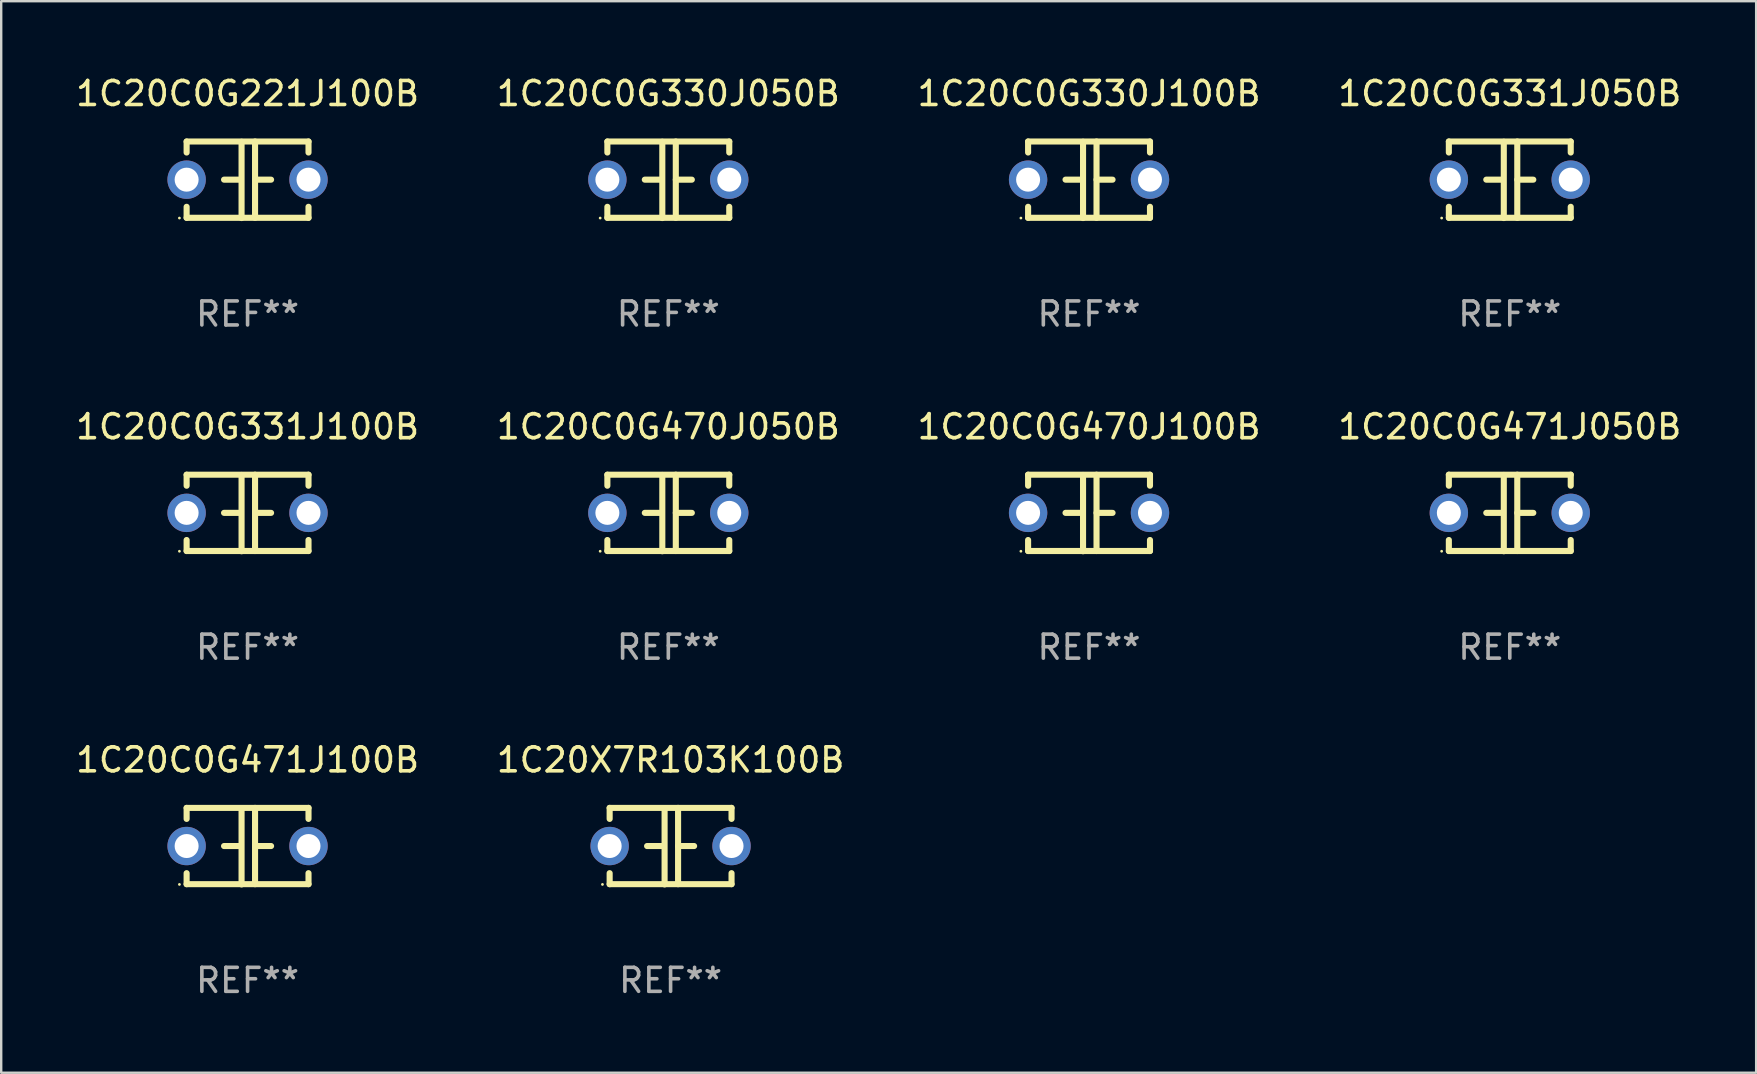
<source format=kicad_pcb>
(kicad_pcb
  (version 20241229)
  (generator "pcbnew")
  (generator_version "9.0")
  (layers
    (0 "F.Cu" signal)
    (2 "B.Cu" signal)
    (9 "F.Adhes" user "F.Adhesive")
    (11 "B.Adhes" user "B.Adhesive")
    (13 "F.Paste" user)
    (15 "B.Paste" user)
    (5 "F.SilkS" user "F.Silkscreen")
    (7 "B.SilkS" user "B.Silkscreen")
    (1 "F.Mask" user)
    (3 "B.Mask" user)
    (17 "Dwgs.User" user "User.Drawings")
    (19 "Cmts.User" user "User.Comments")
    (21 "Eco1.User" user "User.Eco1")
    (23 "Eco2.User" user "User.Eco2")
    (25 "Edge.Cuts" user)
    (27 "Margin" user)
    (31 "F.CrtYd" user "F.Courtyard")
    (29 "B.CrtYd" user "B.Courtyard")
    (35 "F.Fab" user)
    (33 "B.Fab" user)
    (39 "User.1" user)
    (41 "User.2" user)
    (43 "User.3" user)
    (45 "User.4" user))
  (footprint "1C20C0G221J100B"
    (layer "F.Cu")
    (at 7.268 4.443)
    (property "Reference" "1C20C0G221J100B" (at 0 -3.595 0) (layer "F.SilkS") (effects (font (size 1 1) (thickness 0.15))))
    (attr through_hole)
    (fp_line (start -2.54 -1.595) (end -2.54 -1.136) (stroke (width 0.254) (type solid)) (layer "F.SilkS"))
    (fp_line (start -2.54 -1.595) (end 2.54 -1.595) (stroke (width 0.254) (type solid)) (layer "F.SilkS"))
    (fp_line (start -2.54 1.126) (end -2.54 1.585) (stroke (width 0.254) (type solid)) (layer "F.SilkS"))
    (fp_line (start -0.312 -0.005) (end -0.98 -0.005) (stroke (width 0.254) (type solid)) (layer "F.SilkS"))
    (fp_line (start -0.25 -1.585) (end -0.25 1.595) (stroke (width 0.254) (type solid)) (layer "F.SilkS"))
    (fp_line (start 0.312 -1.595) (end 0.312 1.585) (stroke (width 0.254) (type solid)) (layer "F.SilkS"))
    (fp_line (start 0.312 -0.005) (end 0.98 -0.005) (stroke (width 0.254) (type solid)) (layer "F.SilkS"))
    (fp_line (start 2.54 -1.595) (end 2.54 -1.136) (stroke (width 0.254) (type solid)) (layer "F.SilkS"))
    (fp_line (start 2.54 1.126) (end 2.54 1.585) (stroke (width 0.254) (type solid)) (layer "F.SilkS"))
    (fp_line (start 2.54 1.585) (end -2.54 1.585) (stroke (width 0.254) (type solid)) (layer "F.SilkS"))
    (fp_circle (center -2.84 1.595) (end -2.81 1.595) (stroke (width 0.06) (type solid)) (fill no) (layer "F.SilkS"))
    (fp_text user "REF**" (at 0 5.595 0) (layer "F.Fab") (effects (font (size 1 1) (thickness 0.15))))
    (pad "1" thru_hole circle (at -2.54 -0.005) (size 1.6 1.6) (drill 1) (layers "*.Cu" "*.Mask"))
    (pad "2" thru_hole circle (at 2.54 -0.005) (size 1.6 1.6) (drill 1) (layers "*.Cu" "*.Mask")))
  (footprint "1C20C0G471J100B"
    (layer "F.Cu")
    (at 7.268 32.216)
    (property "Reference" "1C20C0G471J100B" (at 0 -3.595 0) (layer "F.SilkS") (effects (font (size 1 1) (thickness 0.15))))
    (attr through_hole)
    (fp_line (start -2.54 -1.595) (end -2.54 -1.136) (stroke (width 0.254) (type solid)) (layer "F.SilkS"))
    (fp_line (start -2.54 -1.595) (end 2.54 -1.595) (stroke (width 0.254) (type solid)) (layer "F.SilkS"))
    (fp_line (start -2.54 1.126) (end -2.54 1.585) (stroke (width 0.254) (type solid)) (layer "F.SilkS"))
    (fp_line (start -0.312 -0.005) (end -0.98 -0.005) (stroke (width 0.254) (type solid)) (layer "F.SilkS"))
    (fp_line (start -0.25 -1.585) (end -0.25 1.595) (stroke (width 0.254) (type solid)) (layer "F.SilkS"))
    (fp_line (start 0.312 -1.595) (end 0.312 1.585) (stroke (width 0.254) (type solid)) (layer "F.SilkS"))
    (fp_line (start 0.312 -0.005) (end 0.98 -0.005) (stroke (width 0.254) (type solid)) (layer "F.SilkS"))
    (fp_line (start 2.54 -1.595) (end 2.54 -1.136) (stroke (width 0.254) (type solid)) (layer "F.SilkS"))
    (fp_line (start 2.54 1.126) (end 2.54 1.585) (stroke (width 0.254) (type solid)) (layer "F.SilkS"))
    (fp_line (start 2.54 1.585) (end -2.54 1.585) (stroke (width 0.254) (type solid)) (layer "F.SilkS"))
    (fp_circle (center -2.84 1.595) (end -2.81 1.595) (stroke (width 0.06) (type solid)) (fill no) (layer "F.SilkS"))
    (fp_text user "REF**" (at 0 5.595 0) (layer "F.Fab") (effects (font (size 1 1) (thickness 0.15))))
    (pad "1" thru_hole circle (at -2.54 -0.005) (size 1.6 1.6) (drill 1) (layers "*.Cu" "*.Mask"))
    (pad "2" thru_hole circle (at 2.54 -0.005) (size 1.6 1.6) (drill 1) (layers "*.Cu" "*.Mask")))
  (footprint "1C20C0G470J100B"
    (layer "F.Cu")
    (at 42.339 18.33)
    (property "Reference" "1C20C0G470J100B" (at 0 -3.595 0) (layer "F.SilkS") (effects (font (size 1 1) (thickness 0.15))))
    (attr through_hole)
    (fp_line (start -2.54 -1.595) (end -2.54 -1.136) (stroke (width 0.254) (type solid)) (layer "F.SilkS"))
    (fp_line (start -2.54 -1.595) (end 2.54 -1.595) (stroke (width 0.254) (type solid)) (layer "F.SilkS"))
    (fp_line (start -2.54 1.126) (end -2.54 1.585) (stroke (width 0.254) (type solid)) (layer "F.SilkS"))
    (fp_line (start -0.312 -0.005) (end -0.98 -0.005) (stroke (width 0.254) (type solid)) (layer "F.SilkS"))
    (fp_line (start -0.25 -1.585) (end -0.25 1.595) (stroke (width 0.254) (type solid)) (layer "F.SilkS"))
    (fp_line (start 0.312 -1.595) (end 0.312 1.585) (stroke (width 0.254) (type solid)) (layer "F.SilkS"))
    (fp_line (start 0.312 -0.005) (end 0.98 -0.005) (stroke (width 0.254) (type solid)) (layer "F.SilkS"))
    (fp_line (start 2.54 -1.595) (end 2.54 -1.136) (stroke (width 0.254) (type solid)) (layer "F.SilkS"))
    (fp_line (start 2.54 1.126) (end 2.54 1.585) (stroke (width 0.254) (type solid)) (layer "F.SilkS"))
    (fp_line (start 2.54 1.585) (end -2.54 1.585) (stroke (width 0.254) (type solid)) (layer "F.SilkS"))
    (fp_circle (center -2.84 1.595) (end -2.81 1.595) (stroke (width 0.06) (type solid)) (fill no) (layer "F.SilkS"))
    (fp_text user "REF**" (at 0 5.595 0) (layer "F.Fab") (effects (font (size 1 1) (thickness 0.15))))
    (pad "1" thru_hole circle (at -2.54 -0.005) (size 1.6 1.6) (drill 1) (layers "*.Cu" "*.Mask"))
    (pad "2" thru_hole circle (at 2.54 -0.005) (size 1.6 1.6) (drill 1) (layers "*.Cu" "*.Mask")))
  (footprint "1C20C0G330J050B"
    (layer "F.Cu")
    (at 24.804 4.443)
    (property "Reference" "1C20C0G330J050B" (at 0 -3.595 0) (layer "F.SilkS") (effects (font (size 1 1) (thickness 0.15))))
    (attr through_hole)
    (fp_line (start -2.54 -1.595) (end -2.54 -1.136) (stroke (width 0.254) (type solid)) (layer "F.SilkS"))
    (fp_line (start -2.54 -1.595) (end 2.54 -1.595) (stroke (width 0.254) (type solid)) (layer "F.SilkS"))
    (fp_line (start -2.54 1.126) (end -2.54 1.585) (stroke (width 0.254) (type solid)) (layer "F.SilkS"))
    (fp_line (start -0.312 -0.005) (end -0.98 -0.005) (stroke (width 0.254) (type solid)) (layer "F.SilkS"))
    (fp_line (start -0.25 -1.585) (end -0.25 1.595) (stroke (width 0.254) (type solid)) (layer "F.SilkS"))
    (fp_line (start 0.312 -1.595) (end 0.312 1.585) (stroke (width 0.254) (type solid)) (layer "F.SilkS"))
    (fp_line (start 0.312 -0.005) (end 0.98 -0.005) (stroke (width 0.254) (type solid)) (layer "F.SilkS"))
    (fp_line (start 2.54 -1.595) (end 2.54 -1.136) (stroke (width 0.254) (type solid)) (layer "F.SilkS"))
    (fp_line (start 2.54 1.126) (end 2.54 1.585) (stroke (width 0.254) (type solid)) (layer "F.SilkS"))
    (fp_line (start 2.54 1.585) (end -2.54 1.585) (stroke (width 0.254) (type solid)) (layer "F.SilkS"))
    (fp_circle (center -2.84 1.595) (end -2.81 1.595) (stroke (width 0.06) (type solid)) (fill no) (layer "F.SilkS"))
    (fp_text user "REF**" (at 0 5.595 0) (layer "F.Fab") (effects (font (size 1 1) (thickness 0.15))))
    (pad "1" thru_hole circle (at -2.54 -0.005) (size 1.6 1.6) (drill 1) (layers "*.Cu" "*.Mask"))
    (pad "2" thru_hole circle (at 2.54 -0.005) (size 1.6 1.6) (drill 1) (layers "*.Cu" "*.Mask")))
  (footprint "1C20C0G331J050B"
    (layer "F.Cu")
    (at 59.875 4.443)
    (property "Reference" "1C20C0G331J050B" (at 0 -3.595 0) (layer "F.SilkS") (effects (font (size 1 1) (thickness 0.15))))
    (attr through_hole)
    (fp_line (start -2.54 -1.595) (end -2.54 -1.136) (stroke (width 0.254) (type solid)) (layer "F.SilkS"))
    (fp_line (start -2.54 -1.595) (end 2.54 -1.595) (stroke (width 0.254) (type solid)) (layer "F.SilkS"))
    (fp_line (start -2.54 1.126) (end -2.54 1.585) (stroke (width 0.254) (type solid)) (layer "F.SilkS"))
    (fp_line (start -0.312 -0.005) (end -0.98 -0.005) (stroke (width 0.254) (type solid)) (layer "F.SilkS"))
    (fp_line (start -0.25 -1.585) (end -0.25 1.595) (stroke (width 0.254) (type solid)) (layer "F.SilkS"))
    (fp_line (start 0.312 -1.595) (end 0.312 1.585) (stroke (width 0.254) (type solid)) (layer "F.SilkS"))
    (fp_line (start 0.312 -0.005) (end 0.98 -0.005) (stroke (width 0.254) (type solid)) (layer "F.SilkS"))
    (fp_line (start 2.54 -1.595) (end 2.54 -1.136) (stroke (width 0.254) (type solid)) (layer "F.SilkS"))
    (fp_line (start 2.54 1.126) (end 2.54 1.585) (stroke (width 0.254) (type solid)) (layer "F.SilkS"))
    (fp_line (start 2.54 1.585) (end -2.54 1.585) (stroke (width 0.254) (type solid)) (layer "F.SilkS"))
    (fp_circle (center -2.84 1.595) (end -2.81 1.595) (stroke (width 0.06) (type solid)) (fill no) (layer "F.SilkS"))
    (fp_text user "REF**" (at 0 5.595 0) (layer "F.Fab") (effects (font (size 1 1) (thickness 0.15))))
    (pad "1" thru_hole circle (at -2.54 -0.005) (size 1.6 1.6) (drill 1) (layers "*.Cu" "*.Mask"))
    (pad "2" thru_hole circle (at 2.54 -0.005) (size 1.6 1.6) (drill 1) (layers "*.Cu" "*.Mask")))
  (footprint "1C20C0G471J050B"
    (layer "F.Cu")
    (at 59.875 18.33)
    (property "Reference" "1C20C0G471J050B" (at 0 -3.595 0) (layer "F.SilkS") (effects (font (size 1 1) (thickness 0.15))))
    (attr through_hole)
    (fp_line (start -2.54 -1.595) (end -2.54 -1.136) (stroke (width 0.254) (type solid)) (layer "F.SilkS"))
    (fp_line (start -2.54 -1.595) (end 2.54 -1.595) (stroke (width 0.254) (type solid)) (layer "F.SilkS"))
    (fp_line (start -2.54 1.126) (end -2.54 1.585) (stroke (width 0.254) (type solid)) (layer "F.SilkS"))
    (fp_line (start -0.312 -0.005) (end -0.98 -0.005) (stroke (width 0.254) (type solid)) (layer "F.SilkS"))
    (fp_line (start -0.25 -1.585) (end -0.25 1.595) (stroke (width 0.254) (type solid)) (layer "F.SilkS"))
    (fp_line (start 0.312 -1.595) (end 0.312 1.585) (stroke (width 0.254) (type solid)) (layer "F.SilkS"))
    (fp_line (start 0.312 -0.005) (end 0.98 -0.005) (stroke (width 0.254) (type solid)) (layer "F.SilkS"))
    (fp_line (start 2.54 -1.595) (end 2.54 -1.136) (stroke (width 0.254) (type solid)) (layer "F.SilkS"))
    (fp_line (start 2.54 1.126) (end 2.54 1.585) (stroke (width 0.254) (type solid)) (layer "F.SilkS"))
    (fp_line (start 2.54 1.585) (end -2.54 1.585) (stroke (width 0.254) (type solid)) (layer "F.SilkS"))
    (fp_circle (center -2.84 1.595) (end -2.81 1.595) (stroke (width 0.06) (type solid)) (fill no) (layer "F.SilkS"))
    (fp_text user "REF**" (at 0 5.595 0) (layer "F.Fab") (effects (font (size 1 1) (thickness 0.15))))
    (pad "1" thru_hole circle (at -2.54 -0.005) (size 1.6 1.6) (drill 1) (layers "*.Cu" "*.Mask"))
    (pad "2" thru_hole circle (at 2.54 -0.005) (size 1.6 1.6) (drill 1) (layers "*.Cu" "*.Mask")))
  (footprint "1C20C0G470J050B"
    (layer "F.Cu")
    (at 24.804 18.33)
    (property "Reference" "1C20C0G470J050B" (at 0 -3.595 0) (layer "F.SilkS") (effects (font (size 1 1) (thickness 0.15))))
    (attr through_hole)
    (fp_line (start -2.54 -1.595) (end -2.54 -1.136) (stroke (width 0.254) (type solid)) (layer "F.SilkS"))
    (fp_line (start -2.54 -1.595) (end 2.54 -1.595) (stroke (width 0.254) (type solid)) (layer "F.SilkS"))
    (fp_line (start -2.54 1.126) (end -2.54 1.585) (stroke (width 0.254) (type solid)) (layer "F.SilkS"))
    (fp_line (start -0.312 -0.005) (end -0.98 -0.005) (stroke (width 0.254) (type solid)) (layer "F.SilkS"))
    (fp_line (start -0.25 -1.585) (end -0.25 1.595) (stroke (width 0.254) (type solid)) (layer "F.SilkS"))
    (fp_line (start 0.312 -1.595) (end 0.312 1.585) (stroke (width 0.254) (type solid)) (layer "F.SilkS"))
    (fp_line (start 0.312 -0.005) (end 0.98 -0.005) (stroke (width 0.254) (type solid)) (layer "F.SilkS"))
    (fp_line (start 2.54 -1.595) (end 2.54 -1.136) (stroke (width 0.254) (type solid)) (layer "F.SilkS"))
    (fp_line (start 2.54 1.126) (end 2.54 1.585) (stroke (width 0.254) (type solid)) (layer "F.SilkS"))
    (fp_line (start 2.54 1.585) (end -2.54 1.585) (stroke (width 0.254) (type solid)) (layer "F.SilkS"))
    (fp_circle (center -2.84 1.595) (end -2.81 1.595) (stroke (width 0.06) (type solid)) (fill no) (layer "F.SilkS"))
    (fp_text user "REF**" (at 0 5.595 0) (layer "F.Fab") (effects (font (size 1 1) (thickness 0.15))))
    (pad "1" thru_hole circle (at -2.54 -0.005) (size 1.6 1.6) (drill 1) (layers "*.Cu" "*.Mask"))
    (pad "2" thru_hole circle (at 2.54 -0.005) (size 1.6 1.6) (drill 1) (layers "*.Cu" "*.Mask")))
  (footprint "1C20C0G331J100B"
    (layer "F.Cu")
    (at 7.268 18.33)
    (property "Reference" "1C20C0G331J100B" (at 0 -3.595 0) (layer "F.SilkS") (effects (font (size 1 1) (thickness 0.15))))
    (attr through_hole)
    (fp_line (start -2.54 -1.595) (end -2.54 -1.136) (stroke (width 0.254) (type solid)) (layer "F.SilkS"))
    (fp_line (start -2.54 -1.595) (end 2.54 -1.595) (stroke (width 0.254) (type solid)) (layer "F.SilkS"))
    (fp_line (start -2.54 1.126) (end -2.54 1.585) (stroke (width 0.254) (type solid)) (layer "F.SilkS"))
    (fp_line (start -0.312 -0.005) (end -0.98 -0.005) (stroke (width 0.254) (type solid)) (layer "F.SilkS"))
    (fp_line (start -0.25 -1.585) (end -0.25 1.595) (stroke (width 0.254) (type solid)) (layer "F.SilkS"))
    (fp_line (start 0.312 -1.595) (end 0.312 1.585) (stroke (width 0.254) (type solid)) (layer "F.SilkS"))
    (fp_line (start 0.312 -0.005) (end 0.98 -0.005) (stroke (width 0.254) (type solid)) (layer "F.SilkS"))
    (fp_line (start 2.54 -1.595) (end 2.54 -1.136) (stroke (width 0.254) (type solid)) (layer "F.SilkS"))
    (fp_line (start 2.54 1.126) (end 2.54 1.585) (stroke (width 0.254) (type solid)) (layer "F.SilkS"))
    (fp_line (start 2.54 1.585) (end -2.54 1.585) (stroke (width 0.254) (type solid)) (layer "F.SilkS"))
    (fp_circle (center -2.84 1.595) (end -2.81 1.595) (stroke (width 0.06) (type solid)) (fill no) (layer "F.SilkS"))
    (fp_text user "REF**" (at 0 5.595 0) (layer "F.Fab") (effects (font (size 1 1) (thickness 0.15))))
    (pad "1" thru_hole circle (at -2.54 -0.005) (size 1.6 1.6) (drill 1) (layers "*.Cu" "*.Mask"))
    (pad "2" thru_hole circle (at 2.54 -0.005) (size 1.6 1.6) (drill 1) (layers "*.Cu" "*.Mask")))
  (footprint "1C20C0G330J100B"
    (layer "F.Cu")
    (at 42.339 4.443)
    (property "Reference" "1C20C0G330J100B" (at 0 -3.595 0) (layer "F.SilkS") (effects (font (size 1 1) (thickness 0.15))))
    (attr through_hole)
    (fp_line (start -2.54 -1.595) (end -2.54 -1.136) (stroke (width 0.254) (type solid)) (layer "F.SilkS"))
    (fp_line (start -2.54 -1.595) (end 2.54 -1.595) (stroke (width 0.254) (type solid)) (layer "F.SilkS"))
    (fp_line (start -2.54 1.126) (end -2.54 1.585) (stroke (width 0.254) (type solid)) (layer "F.SilkS"))
    (fp_line (start -0.312 -0.005) (end -0.98 -0.005) (stroke (width 0.254) (type solid)) (layer "F.SilkS"))
    (fp_line (start -0.25 -1.585) (end -0.25 1.595) (stroke (width 0.254) (type solid)) (layer "F.SilkS"))
    (fp_line (start 0.312 -1.595) (end 0.312 1.585) (stroke (width 0.254) (type solid)) (layer "F.SilkS"))
    (fp_line (start 0.312 -0.005) (end 0.98 -0.005) (stroke (width 0.254) (type solid)) (layer "F.SilkS"))
    (fp_line (start 2.54 -1.595) (end 2.54 -1.136) (stroke (width 0.254) (type solid)) (layer "F.SilkS"))
    (fp_line (start 2.54 1.126) (end 2.54 1.585) (stroke (width 0.254) (type solid)) (layer "F.SilkS"))
    (fp_line (start 2.54 1.585) (end -2.54 1.585) (stroke (width 0.254) (type solid)) (layer "F.SilkS"))
    (fp_circle (center -2.84 1.595) (end -2.81 1.595) (stroke (width 0.06) (type solid)) (fill no) (layer "F.SilkS"))
    (fp_text user "REF**" (at 0 5.595 0) (layer "F.Fab") (effects (font (size 1 1) (thickness 0.15))))
    (pad "1" thru_hole circle (at -2.54 -0.005) (size 1.6 1.6) (drill 1) (layers "*.Cu" "*.Mask"))
    (pad "2" thru_hole circle (at 2.54 -0.005) (size 1.6 1.6) (drill 1) (layers "*.Cu" "*.Mask")))
  (footprint "1C20X7R103K100B"
    (layer "F.Cu")
    (at 24.899 32.216)
    (property "Reference" "1C20X7R103K100B" (at 0 -3.595 0) (layer "F.SilkS") (effects (font (size 1 1) (thickness 0.15))))
    (attr through_hole)
    (fp_line (start -2.54 -1.595) (end -2.54 -1.136) (stroke (width 0.254) (type solid)) (layer "F.SilkS"))
    (fp_line (start -2.54 -1.595) (end 2.54 -1.595) (stroke (width 0.254) (type solid)) (layer "F.SilkS"))
    (fp_line (start -2.54 1.126) (end -2.54 1.585) (stroke (width 0.254) (type solid)) (layer "F.SilkS"))
    (fp_line (start -0.312 -0.005) (end -0.98 -0.005) (stroke (width 0.254) (type solid)) (layer "F.SilkS"))
    (fp_line (start -0.25 -1.585) (end -0.25 1.595) (stroke (width 0.254) (type solid)) (layer "F.SilkS"))
    (fp_line (start 0.312 -1.595) (end 0.312 1.585) (stroke (width 0.254) (type solid)) (layer "F.SilkS"))
    (fp_line (start 0.312 -0.005) (end 0.98 -0.005) (stroke (width 0.254) (type solid)) (layer "F.SilkS"))
    (fp_line (start 2.54 -1.595) (end 2.54 -1.136) (stroke (width 0.254) (type solid)) (layer "F.SilkS"))
    (fp_line (start 2.54 1.126) (end 2.54 1.585) (stroke (width 0.254) (type solid)) (layer "F.SilkS"))
    (fp_line (start 2.54 1.585) (end -2.54 1.585) (stroke (width 0.254) (type solid)) (layer "F.SilkS"))
    (fp_circle (center -2.84 1.595) (end -2.81 1.595) (stroke (width 0.06) (type solid)) (fill no) (layer "F.SilkS"))
    (fp_text user "REF**" (at 0 5.595 0) (layer "F.Fab") (effects (font (size 1 1) (thickness 0.15))))
    (pad "1" thru_hole circle (at -2.54 -0.005) (size 1.6 1.6) (drill 1) (layers "*.Cu" "*.Mask"))
    (pad "2" thru_hole circle (at 2.54 -0.005) (size 1.6 1.6) (drill 1) (layers "*.Cu" "*.Mask")))
  (gr_rect
    (start -3 -3)
    (end 70.143 41.659)
    (stroke (width 0.1) (type default))
    (fill no)
    (layer "Edge.Cuts")))
</source>
